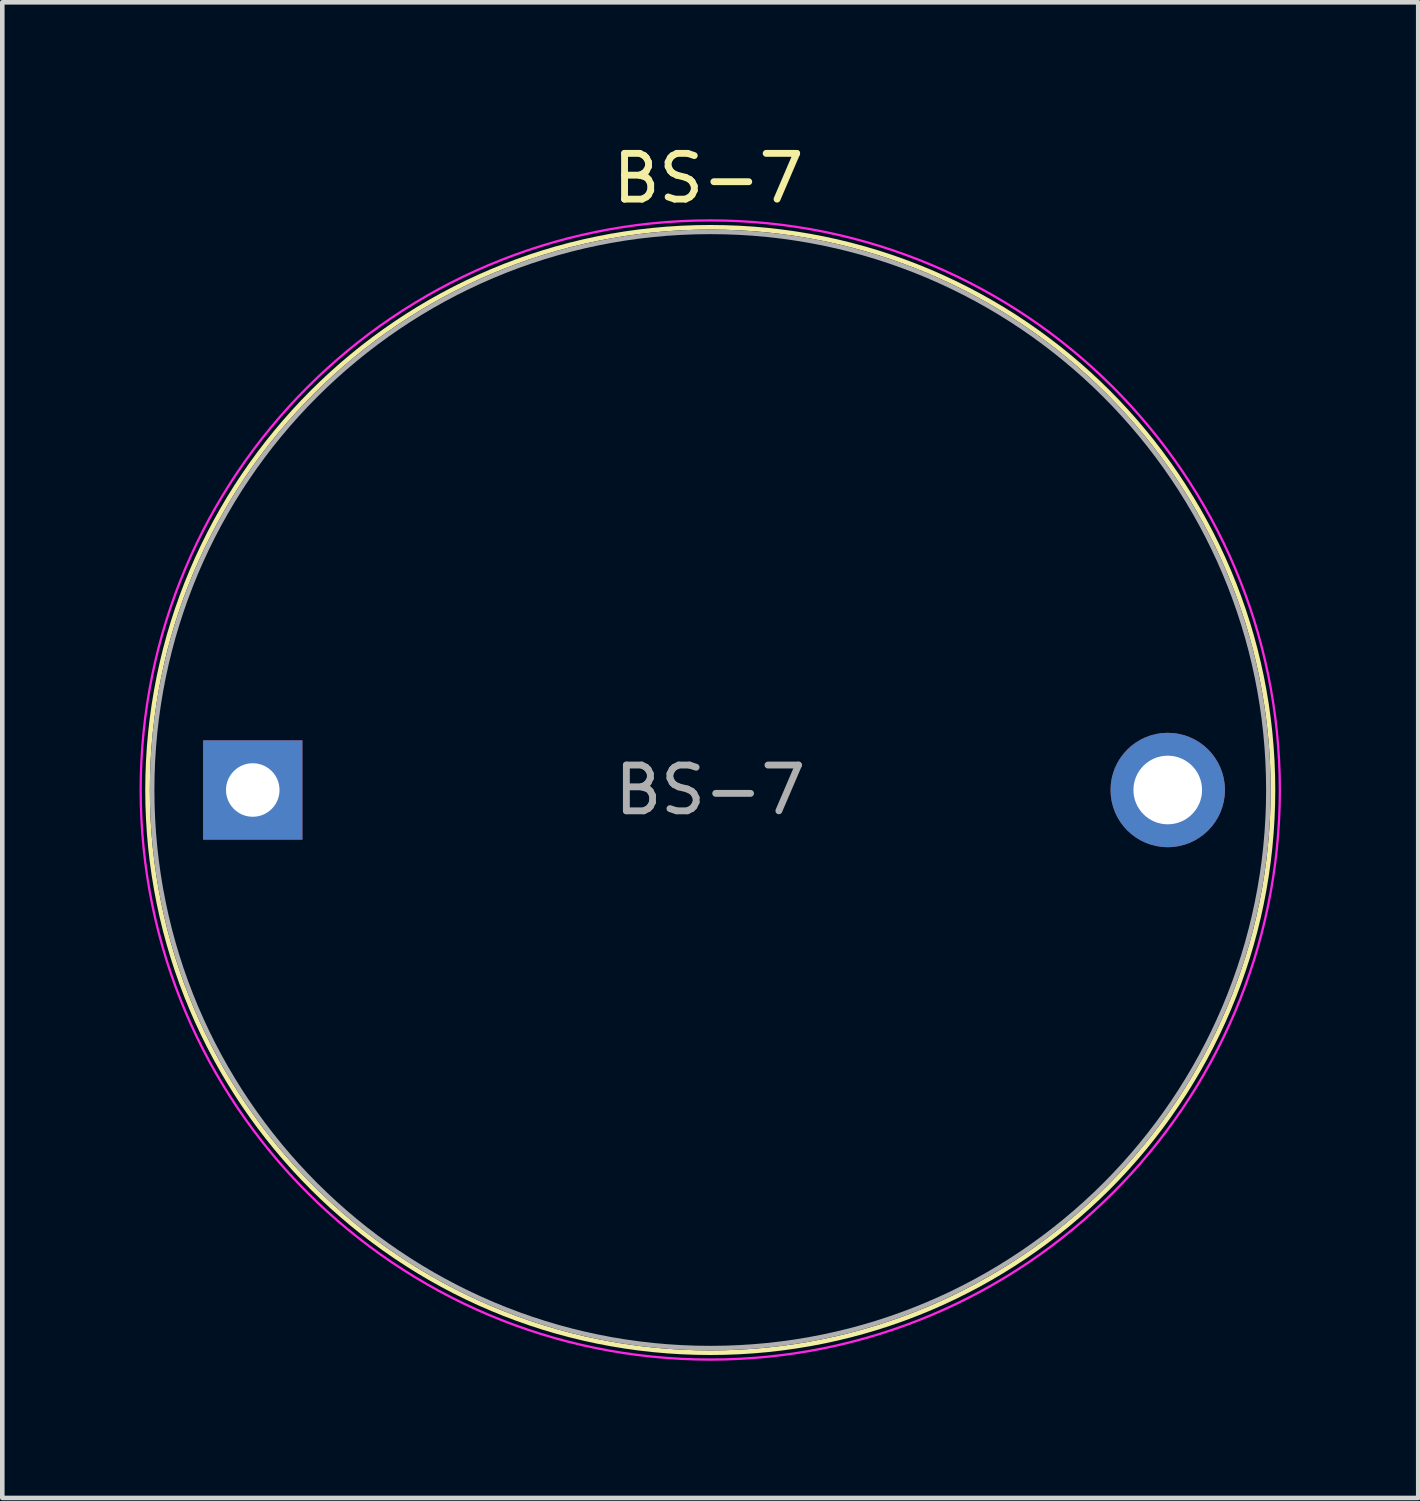
<source format=kicad_pcb>
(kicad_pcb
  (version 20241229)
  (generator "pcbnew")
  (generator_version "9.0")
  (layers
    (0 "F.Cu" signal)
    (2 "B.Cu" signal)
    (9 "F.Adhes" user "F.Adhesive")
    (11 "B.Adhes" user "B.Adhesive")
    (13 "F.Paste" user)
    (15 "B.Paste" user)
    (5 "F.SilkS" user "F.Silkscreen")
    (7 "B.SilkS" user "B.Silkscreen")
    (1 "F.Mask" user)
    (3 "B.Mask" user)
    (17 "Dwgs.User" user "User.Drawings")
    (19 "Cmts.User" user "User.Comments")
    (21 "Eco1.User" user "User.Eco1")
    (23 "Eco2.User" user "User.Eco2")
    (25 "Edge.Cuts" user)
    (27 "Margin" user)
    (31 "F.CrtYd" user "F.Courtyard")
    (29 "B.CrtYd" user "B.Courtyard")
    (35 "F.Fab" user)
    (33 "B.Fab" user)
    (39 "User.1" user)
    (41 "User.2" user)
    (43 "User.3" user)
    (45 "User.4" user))
  (footprint "BS-7"
    (layer "F.Cu")
    (at 2.475 14.218)
    (property "Reference" "BS-7" (at 9.96 -13.37 0) (layer "F.SilkS") (effects (font (size 1 1) (thickness 0.15))))
    (attr through_hole)
    (fp_circle (center 10 0) (end -2.3 0) (stroke (width 0.1) (type solid)) (fill no) (layer "F.SilkS"))
    (fp_circle (center 10 0) (end -2.45 0) (stroke (width 0.05) (type solid)) (fill no) (layer "F.CrtYd"))
    (fp_circle (center 10 0) (end -2.2 0) (stroke (width 0.1) (type solid)) (fill no) (layer "F.Fab"))
    (fp_text user "${REFERENCE}" (at 10 0 0) (layer "F.Fab") (effects (font (size 1 1) (thickness 0.15))))
    (pad "Neg" thru_hole rect (at 0 0) (size 2.17 2.17) (drill 1.17) (layers "*.Cu" "*.Mask"))
    (pad "Pos" thru_hole circle (at 20 0) (size 2.5 2.5) (drill 1.5) (layers "*.Cu" "*.Mask")))
  (gr_rect
    (start -3 -3)
    (end 27.95 29.693)
    (stroke (width 0.1) (type default))
    (fill no)
    (layer "Edge.Cuts")))
</source>
